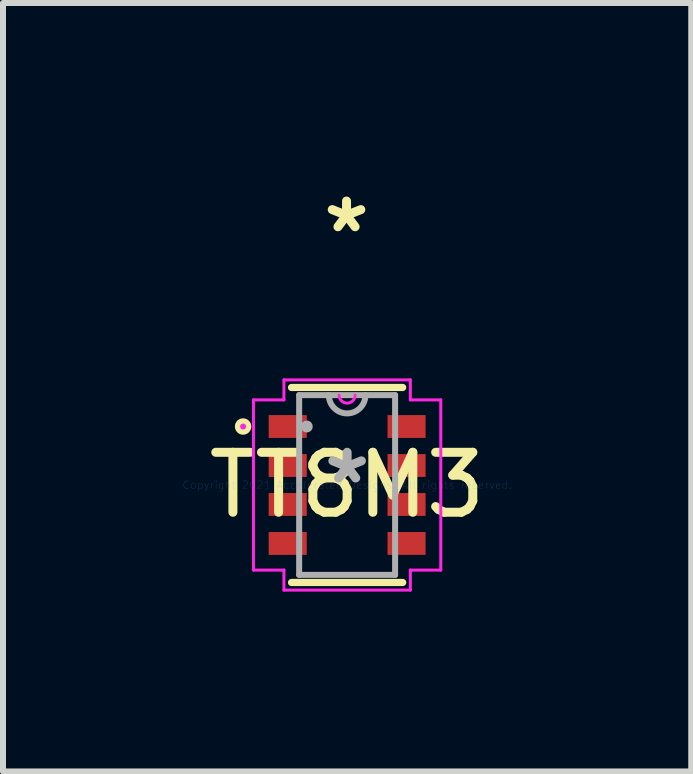
<source format=kicad_pcb>
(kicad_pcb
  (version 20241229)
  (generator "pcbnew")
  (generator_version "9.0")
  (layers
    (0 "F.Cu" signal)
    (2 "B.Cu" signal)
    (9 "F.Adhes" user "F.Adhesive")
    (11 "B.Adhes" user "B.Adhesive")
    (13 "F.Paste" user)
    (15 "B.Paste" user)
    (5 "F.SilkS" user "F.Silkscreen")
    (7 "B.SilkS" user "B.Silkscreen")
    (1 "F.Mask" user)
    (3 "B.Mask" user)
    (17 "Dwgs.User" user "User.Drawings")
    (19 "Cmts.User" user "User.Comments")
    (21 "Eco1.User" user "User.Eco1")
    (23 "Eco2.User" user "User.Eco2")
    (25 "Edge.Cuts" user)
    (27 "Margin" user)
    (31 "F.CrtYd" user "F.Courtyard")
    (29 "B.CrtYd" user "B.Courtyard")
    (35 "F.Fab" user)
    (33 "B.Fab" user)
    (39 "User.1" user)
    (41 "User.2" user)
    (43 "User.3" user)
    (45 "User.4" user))
  (footprint "TT8M3"
    (layer "F.Cu")
    (at 2.739 5.038)
    (property "Reference" "TT8M3" (at 0 0 0) (layer "F.SilkS") (effects (font (size 1 1) (thickness 0.15))))
    (attr through_hole)
    (fp_line (start -0.927 1.626) (end 0.927 1.626) (stroke (width 0.12) (type solid)) (layer "F.SilkS"))
    (fp_line (start 0.927 -1.626) (end -0.927 -1.626) (stroke (width 0.12) (type solid)) (layer "F.SilkS"))
    (fp_circle (center -1.735 -0.975) (end -1.658 -0.975) (stroke (width 0.12) (type solid)) (fill no) (layer "F.SilkS"))
    (fp_line (start -1.562 -1.419) (end -1.054 -1.419) (stroke (width 0.05) (type solid)) (layer "F.CrtYd"))
    (fp_line (start -1.562 1.419) (end -1.562 -1.419) (stroke (width 0.05) (type solid)) (layer "F.CrtYd"))
    (fp_line (start -1.054 -1.753) (end 1.054 -1.753) (stroke (width 0.05) (type solid)) (layer "F.CrtYd"))
    (fp_line (start -1.054 -1.419) (end -1.054 -1.753) (stroke (width 0.05) (type solid)) (layer "F.CrtYd"))
    (fp_line (start -1.054 1.419) (end -1.562 1.419) (stroke (width 0.05) (type solid)) (layer "F.CrtYd"))
    (fp_line (start -1.054 1.753) (end -1.054 1.419) (stroke (width 0.05) (type solid)) (layer "F.CrtYd"))
    (fp_line (start 1.054 -1.753) (end 1.054 -1.419) (stroke (width 0.05) (type solid)) (layer "F.CrtYd"))
    (fp_line (start 1.054 -1.419) (end 1.562 -1.419) (stroke (width 0.05) (type solid)) (layer "F.CrtYd"))
    (fp_line (start 1.054 1.419) (end 1.054 1.753) (stroke (width 0.05) (type solid)) (layer "F.CrtYd"))
    (fp_line (start 1.054 1.753) (end -1.054 1.753) (stroke (width 0.05) (type solid)) (layer "F.CrtYd"))
    (fp_line (start 1.562 -1.419) (end 1.562 1.419) (stroke (width 0.05) (type solid)) (layer "F.CrtYd"))
    (fp_line (start 1.562 1.419) (end 1.054 1.419) (stroke (width 0.05) (type solid)) (layer "F.CrtYd"))
    (fp_arc (start 0.13335 -1.4986) (mid 0 -1.36525) (end -0.13335 -1.4986) (stroke (width 0.05) (type solid)) (layer "F.CrtYd"))
    (fp_circle (center -1.735 -0.975) (end -1.735 -0.975) (stroke (width 0.05) (type solid)) (fill no) (layer "F.CrtYd"))
    (fp_line (start -0.8 -1.499) (end -0.8 1.499) (stroke (width 0.1) (type solid)) (layer "F.Fab"))
    (fp_line (start -0.8 1.499) (end 0.8 1.499) (stroke (width 0.1) (type solid)) (layer "F.Fab"))
    (fp_line (start 0.8 -1.499) (end -0.8 -1.499) (stroke (width 0.1) (type solid)) (layer "F.Fab"))
    (fp_line (start 0.8 1.499) (end 0.8 -1.499) (stroke (width 0.1) (type solid)) (layer "F.Fab"))
    (fp_arc (start 0.3048 -1.4986) (mid 0 -1.1938) (end -0.3048 -1.4986) (stroke (width 0.1) (type solid)) (layer "F.Fab"))
    (fp_circle (center -0.673 -0.975) (end -0.673 -0.975) (stroke (width 0.1) (type solid)) (fill no) (layer "F.Fab"))
    (fp_text user "*" (at -0.01 -4.19 0) (layer "F.SilkS") (effects (font (size 1 1) (thickness 0.15))))
    (fp_text user "Copyright 2021 Accelerated Designs. All rights reserved." (at 0 0 0) (layer "Cmts.User") (effects (font (size 0.127 0.127) (thickness 0.002))))
    (fp_text user "*" (at 0 0 0) (layer "F.Fab") (effects (font (size 1 1) (thickness 0.15))))
    (pad "1" smd rect (at -0.991 -0.975) (size 0.635 0.381) (layers "F.Cu" "F.Mask" "F.Paste"))
    (pad "2" smd rect (at -0.991 -0.325) (size 0.635 0.381) (layers "F.Cu" "F.Mask" "F.Paste"))
    (pad "3" smd rect (at -0.991 0.325) (size 0.635 0.381) (layers "F.Cu" "F.Mask" "F.Paste"))
    (pad "4" smd rect (at -0.991 0.975) (size 0.635 0.381) (layers "F.Cu" "F.Mask" "F.Paste"))
    (pad "5" smd rect (at 0.991 0.975) (size 0.635 0.381) (layers "F.Cu" "F.Mask" "F.Paste"))
    (pad "6" smd rect (at 0.991 0.325) (size 0.635 0.381) (layers "F.Cu" "F.Mask" "F.Paste"))
    (pad "7" smd rect (at 0.991 -0.325) (size 0.635 0.381) (layers "F.Cu" "F.Mask" "F.Paste"))
    (pad "8" smd rect (at 0.991 -0.975) (size 0.635 0.381) (layers "F.Cu" "F.Mask" "F.Paste")))
  (gr_rect
    (start -3 -3)
    (end 8.478 9.816)
    (stroke (width 0.1) (type default))
    (fill no)
    (layer "Edge.Cuts")))
</source>
